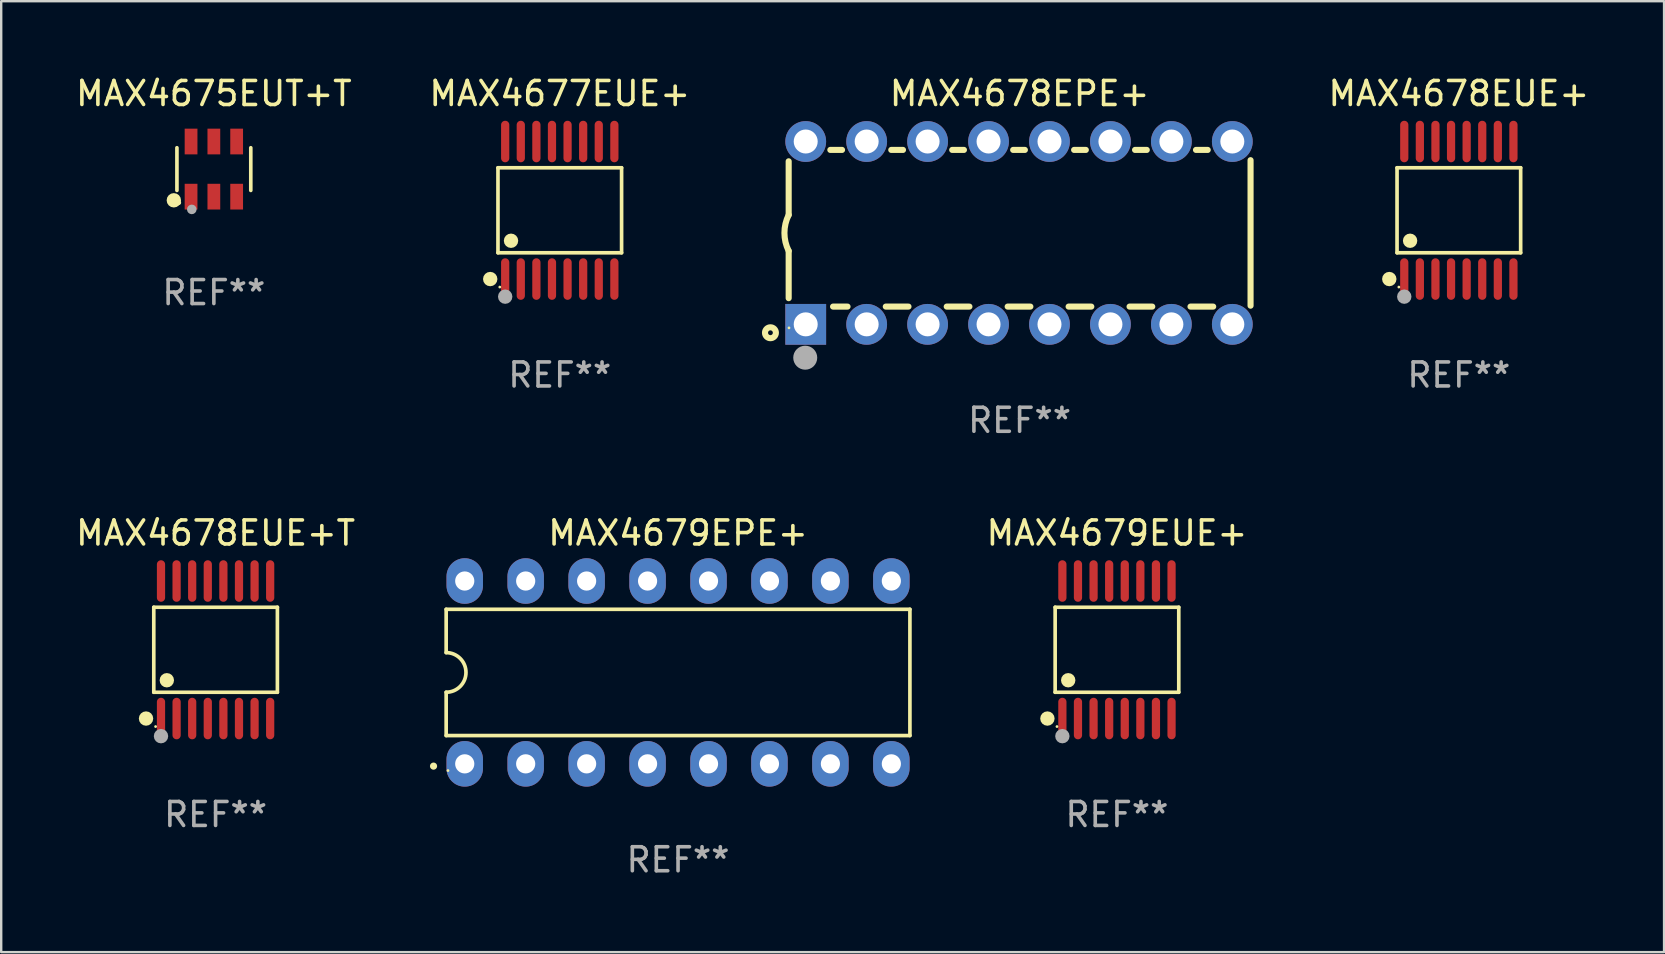
<source format=kicad_pcb>
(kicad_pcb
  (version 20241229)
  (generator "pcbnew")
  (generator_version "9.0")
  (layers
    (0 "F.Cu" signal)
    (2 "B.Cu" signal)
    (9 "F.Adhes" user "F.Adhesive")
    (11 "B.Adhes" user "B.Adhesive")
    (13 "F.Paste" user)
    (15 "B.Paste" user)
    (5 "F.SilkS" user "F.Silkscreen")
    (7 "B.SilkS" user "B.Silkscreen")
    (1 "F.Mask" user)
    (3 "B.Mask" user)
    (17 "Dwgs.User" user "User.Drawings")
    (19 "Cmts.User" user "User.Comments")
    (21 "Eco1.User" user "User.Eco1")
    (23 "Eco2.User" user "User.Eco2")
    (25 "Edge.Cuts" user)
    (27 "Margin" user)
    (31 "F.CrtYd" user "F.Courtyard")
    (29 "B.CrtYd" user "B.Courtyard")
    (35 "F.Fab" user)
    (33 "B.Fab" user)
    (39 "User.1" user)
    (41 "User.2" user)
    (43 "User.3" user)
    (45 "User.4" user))
  (footprint "MAX4679EUE+"
    (layer "F.Cu")
    (at 43.502 24.031)
    (property "Reference" "MAX4679EUE+" (at 0 -4.866 0) (layer "F.SilkS") (effects (font (size 1 1) (thickness 0.15))))
    (attr through_hole)
    (fp_line (start -2.576 -1.772) (end 2.576 -1.772) (stroke (width 0.152) (type solid)) (layer "F.SilkS"))
    (fp_line (start -2.576 1.771) (end -2.576 -1.772) (stroke (width 0.152) (type solid)) (layer "F.SilkS"))
    (fp_line (start 2.576 -1.772) (end 2.576 1.771) (stroke (width 0.152) (type solid)) (layer "F.SilkS"))
    (fp_line (start 2.576 1.771) (end -2.576 1.771) (stroke (width 0.152) (type solid)) (layer "F.SilkS"))
    (fp_circle (center -2.899 2.866) (end -2.749 2.866) (stroke (width 0.3) (type solid)) (fill no) (layer "F.SilkS"))
    (fp_circle (center -2.5 3.2) (end -2.47 3.2) (stroke (width 0.06) (type solid)) (fill no) (layer "F.SilkS"))
    (fp_circle (center -2.032 1.27) (end -1.882 1.27) (stroke (width 0.3) (type solid)) (fill no) (layer "F.SilkS"))
    (fp_circle (center -2.275 3.6) (end -2.125 3.6) (stroke (width 0.3) (type solid)) (fill no) (layer "F.Fab"))
    (fp_text user "REF**" (at 0 6.866 0) (layer "F.Fab") (effects (font (size 1 1) (thickness 0.15))))
    (pad "1" smd oval (at -2.275 2.866) (size 0.343 1.731) (layers "F.Cu" "F.Mask" "F.Paste"))
    (pad "2" smd oval (at -1.625 2.866) (size 0.343 1.731) (layers "F.Cu" "F.Mask" "F.Paste"))
    (pad "3" smd oval (at -0.975 2.866) (size 0.343 1.731) (layers "F.Cu" "F.Mask" "F.Paste"))
    (pad "4" smd oval (at -0.325 2.866) (size 0.343 1.731) (layers "F.Cu" "F.Mask" "F.Paste"))
    (pad "5" smd oval (at 0.325 2.866) (size 0.343 1.731) (layers "F.Cu" "F.Mask" "F.Paste"))
    (pad "6" smd oval (at 0.975 2.866) (size 0.343 1.731) (layers "F.Cu" "F.Mask" "F.Paste"))
    (pad "7" smd oval (at 1.625 2.866) (size 0.343 1.731) (layers "F.Cu" "F.Mask" "F.Paste"))
    (pad "8" smd oval (at 2.275 2.866) (size 0.343 1.731) (layers "F.Cu" "F.Mask" "F.Paste"))
    (pad "9" smd oval (at 2.275 -2.866) (size 0.343 1.731) (layers "F.Cu" "F.Mask" "F.Paste"))
    (pad "10" smd oval (at 1.625 -2.866) (size 0.343 1.731) (layers "F.Cu" "F.Mask" "F.Paste"))
    (pad "11" smd oval (at 0.975 -2.866) (size 0.343 1.731) (layers "F.Cu" "F.Mask" "F.Paste"))
    (pad "12" smd oval (at 0.325 -2.866) (size 0.343 1.731) (layers "F.Cu" "F.Mask" "F.Paste"))
    (pad "13" smd oval (at -0.325 -2.866) (size 0.343 1.731) (layers "F.Cu" "F.Mask" "F.Paste"))
    (pad "14" smd oval (at -0.975 -2.866) (size 0.343 1.731) (layers "F.Cu" "F.Mask" "F.Paste"))
    (pad "15" smd oval (at -1.625 -2.866) (size 0.343 1.731) (layers "F.Cu" "F.Mask" "F.Paste"))
    (pad "16" smd oval (at -2.275 -2.866) (size 0.343 1.731) (layers "F.Cu" "F.Mask" "F.Paste")))
  (footprint "MAX4678EPE+"
    (layer "F.Cu")
    (at 39.445 6.658)
    (property "Reference" "MAX4678EPE+" (at 0 -5.81 0) (layer "F.SilkS") (effects (font (size 1 1) (thickness 0.15))))
    (attr through_hole)
    (fp_line (start -9.625 -0.75) (end -9.625 -2.985) (stroke (width 0.254) (type solid)) (layer "F.SilkS"))
    (fp_line (start -9.625 0.749) (end -9.625 2.719) (stroke (width 0.254) (type solid)) (layer "F.SilkS"))
    (fp_line (start -7.889 -3.46) (end -7.401 -3.46) (stroke (width 0.254) (type solid)) (layer "F.SilkS"))
    (fp_line (start -7.775 3.07) (end -7.172 3.07) (stroke (width 0.254) (type solid)) (layer "F.SilkS"))
    (fp_line (start -5.578 3.07) (end -4.632 3.07) (stroke (width 0.254) (type solid)) (layer "F.SilkS"))
    (fp_line (start -5.349 -3.46) (end -4.861 -3.46) (stroke (width 0.254) (type solid)) (layer "F.SilkS"))
    (fp_line (start -3.038 3.07) (end -2.092 3.07) (stroke (width 0.254) (type solid)) (layer "F.SilkS"))
    (fp_line (start -2.809 -3.46) (end -2.321 -3.46) (stroke (width 0.254) (type solid)) (layer "F.SilkS"))
    (fp_line (start -0.498 3.07) (end 0.448 3.07) (stroke (width 0.254) (type solid)) (layer "F.SilkS"))
    (fp_line (start -0.269 -3.46) (end 0.219 -3.46) (stroke (width 0.254) (type solid)) (layer "F.SilkS"))
    (fp_line (start 2.042 3.07) (end 2.988 3.07) (stroke (width 0.254) (type solid)) (layer "F.SilkS"))
    (fp_line (start 2.271 -3.46) (end 2.759 -3.46) (stroke (width 0.254) (type solid)) (layer "F.SilkS"))
    (fp_line (start 4.582 3.07) (end 5.528 3.07) (stroke (width 0.254) (type solid)) (layer "F.SilkS"))
    (fp_line (start 4.811 -3.46) (end 5.299 -3.46) (stroke (width 0.254) (type solid)) (layer "F.SilkS"))
    (fp_line (start 7.122 3.07) (end 8.068 3.07) (stroke (width 0.254) (type solid)) (layer "F.SilkS"))
    (fp_line (start 7.351 -3.46) (end 7.839 -3.46) (stroke (width 0.254) (type solid)) (layer "F.SilkS"))
    (fp_line (start 9.625 3.032) (end 9.625 -3.032) (stroke (width 0.254) (type solid)) (layer "F.SilkS"))
    (fp_arc (start -9.62498 0.748819) (mid -9.801899 -0.000581) (end -9.625006 -0.749987) (stroke (width 0.254001) (type solid)) (layer "F.SilkS"))
    (fp_circle (center -10.385 4.16) (end -10.285 4.16) (stroke (width 0.254) (type solid)) (fill no) (layer "F.SilkS"))
    (fp_circle (center -9.612 3.957) (end -9.582 3.957) (stroke (width 0.06) (type solid)) (fill no) (layer "F.SilkS"))
    (fp_circle (center -8.935 5.2) (end -8.685 5.2) (stroke (width 0.5) (type solid)) (fill no) (layer "F.Fab"))
    (fp_text user "REF**" (at 0 7.81 0) (layer "F.Fab") (effects (font (size 1 1) (thickness 0.15))))
    (pad "1" thru_hole rect (at -8.915 3.81) (size 1.7 1.7) (drill 1) (layers "*.Cu" "*.Mask"))
    (pad "2" thru_hole circle (at -6.375 3.81) (size 1.7 1.7) (drill 1) (layers "*.Cu" "*.Mask"))
    (pad "3" thru_hole circle (at -3.835 3.81) (size 1.7 1.7) (drill 1) (layers "*.Cu" "*.Mask"))
    (pad "4" thru_hole circle (at -1.295 3.81) (size 1.7 1.7) (drill 1) (layers "*.Cu" "*.Mask"))
    (pad "5" thru_hole circle (at 1.245 3.81) (size 1.7 1.7) (drill 1) (layers "*.Cu" "*.Mask"))
    (pad "6" thru_hole circle (at 3.785 3.81) (size 1.7 1.7) (drill 1) (layers "*.Cu" "*.Mask"))
    (pad "7" thru_hole circle (at 6.325 3.81) (size 1.7 1.7) (drill 1) (layers "*.Cu" "*.Mask"))
    (pad "8" thru_hole circle (at 8.865 3.81) (size 1.7 1.7) (drill 1) (layers "*.Cu" "*.Mask"))
    (pad "9" thru_hole circle (at 8.865 -3.81) (size 1.7 1.7) (drill 1) (layers "*.Cu" "*.Mask"))
    (pad "10" thru_hole circle (at 6.325 -3.81) (size 1.7 1.7) (drill 1) (layers "*.Cu" "*.Mask"))
    (pad "11" thru_hole circle (at 3.785 -3.81) (size 1.7 1.7) (drill 1) (layers "*.Cu" "*.Mask"))
    (pad "12" thru_hole circle (at 1.245 -3.81) (size 1.7 1.7) (drill 1) (layers "*.Cu" "*.Mask"))
    (pad "13" thru_hole circle (at -1.295 -3.81) (size 1.7 1.7) (drill 1) (layers "*.Cu" "*.Mask"))
    (pad "14" thru_hole circle (at -3.835 -3.81) (size 1.7 1.7) (drill 1) (layers "*.Cu" "*.Mask"))
    (pad "15" thru_hole circle (at -6.375 -3.81) (size 1.7 1.7) (drill 1) (layers "*.Cu" "*.Mask"))
    (pad "16" thru_hole circle (at -8.915 -3.81) (size 1.7 1.7) (drill 1) (layers "*.Cu" "*.Mask")))
  (footprint "MAX4675EUT+T"
    (layer "F.Cu")
    (at 5.863 3.997)
    (property "Reference" "MAX4675EUT+T" (at 0 -3.149 0) (layer "F.SilkS") (effects (font (size 1 1) (thickness 0.15))))
    (attr through_hole)
    (fp_line (start -1.539 0.889) (end -1.539 -0.889) (stroke (width 0.152) (type solid)) (layer "F.SilkS"))
    (fp_line (start 1.539 0.889) (end 1.539 -0.889) (stroke (width 0.152) (type solid)) (layer "F.SilkS"))
    (fp_circle (center -1.668 1.301) (end -1.518 1.301) (stroke (width 0.3) (type solid)) (fill no) (layer "F.SilkS"))
    (fp_circle (center -1.463 1.4) (end -1.413 1.4) (stroke (width 0.1) (type solid)) (fill no) (layer "F.SilkS"))
    (fp_circle (center -0.92 1.68) (end -0.82 1.68) (stroke (width 0.2) (type solid)) (fill no) (layer "F.Fab"))
    (fp_text user "REF**" (at 0 5.149 0) (layer "F.Fab") (effects (font (size 1 1) (thickness 0.15))))
    (pad "1" smd rect (at -0.95 1.149) (size 0.532 1.072) (layers "F.Cu" "F.Mask" "F.Paste"))
    (pad "2" smd rect (at 0 1.149) (size 0.532 1.072) (layers "F.Cu" "F.Mask" "F.Paste"))
    (pad "3" smd rect (at 0.95 1.149) (size 0.532 1.072) (layers "F.Cu" "F.Mask" "F.Paste"))
    (pad "4" smd rect (at 0.95 -1.149) (size 0.532 1.072) (layers "F.Cu" "F.Mask" "F.Paste"))
    (pad "5" smd rect (at 0 -1.149) (size 0.532 1.072) (layers "F.Cu" "F.Mask" "F.Paste"))
    (pad "6" smd rect (at -0.95 -1.149) (size 0.532 1.072) (layers "F.Cu" "F.Mask" "F.Paste")))
  (footprint "MAX4677EUE+"
    (layer "F.Cu")
    (at 20.28 5.714)
    (property "Reference" "MAX4677EUE+" (at 0 -4.866 0) (layer "F.SilkS") (effects (font (size 1 1) (thickness 0.15))))
    (attr through_hole)
    (fp_line (start -2.576 -1.772) (end 2.576 -1.772) (stroke (width 0.152) (type solid)) (layer "F.SilkS"))
    (fp_line (start -2.576 1.771) (end -2.576 -1.772) (stroke (width 0.152) (type solid)) (layer "F.SilkS"))
    (fp_line (start 2.576 -1.772) (end 2.576 1.771) (stroke (width 0.152) (type solid)) (layer "F.SilkS"))
    (fp_line (start 2.576 1.771) (end -2.576 1.771) (stroke (width 0.152) (type solid)) (layer "F.SilkS"))
    (fp_circle (center -2.899 2.866) (end -2.749 2.866) (stroke (width 0.3) (type solid)) (fill no) (layer "F.SilkS"))
    (fp_circle (center -2.5 3.2) (end -2.47 3.2) (stroke (width 0.06) (type solid)) (fill no) (layer "F.SilkS"))
    (fp_circle (center -2.032 1.27) (end -1.882 1.27) (stroke (width 0.3) (type solid)) (fill no) (layer "F.SilkS"))
    (fp_circle (center -2.275 3.6) (end -2.125 3.6) (stroke (width 0.3) (type solid)) (fill no) (layer "F.Fab"))
    (fp_text user "REF**" (at 0 6.866 0) (layer "F.Fab") (effects (font (size 1 1) (thickness 0.15))))
    (pad "1" smd oval (at -2.275 2.866) (size 0.343 1.731) (layers "F.Cu" "F.Mask" "F.Paste"))
    (pad "2" smd oval (at -1.625 2.866) (size 0.343 1.731) (layers "F.Cu" "F.Mask" "F.Paste"))
    (pad "3" smd oval (at -0.975 2.866) (size 0.343 1.731) (layers "F.Cu" "F.Mask" "F.Paste"))
    (pad "4" smd oval (at -0.325 2.866) (size 0.343 1.731) (layers "F.Cu" "F.Mask" "F.Paste"))
    (pad "5" smd oval (at 0.325 2.866) (size 0.343 1.731) (layers "F.Cu" "F.Mask" "F.Paste"))
    (pad "6" smd oval (at 0.975 2.866) (size 0.343 1.731) (layers "F.Cu" "F.Mask" "F.Paste"))
    (pad "7" smd oval (at 1.625 2.866) (size 0.343 1.731) (layers "F.Cu" "F.Mask" "F.Paste"))
    (pad "8" smd oval (at 2.275 2.866) (size 0.343 1.731) (layers "F.Cu" "F.Mask" "F.Paste"))
    (pad "9" smd oval (at 2.275 -2.866) (size 0.343 1.731) (layers "F.Cu" "F.Mask" "F.Paste"))
    (pad "10" smd oval (at 1.625 -2.866) (size 0.343 1.731) (layers "F.Cu" "F.Mask" "F.Paste"))
    (pad "11" smd oval (at 0.975 -2.866) (size 0.343 1.731) (layers "F.Cu" "F.Mask" "F.Paste"))
    (pad "12" smd oval (at 0.325 -2.866) (size 0.343 1.731) (layers "F.Cu" "F.Mask" "F.Paste"))
    (pad "13" smd oval (at -0.325 -2.866) (size 0.343 1.731) (layers "F.Cu" "F.Mask" "F.Paste"))
    (pad "14" smd oval (at -0.975 -2.866) (size 0.343 1.731) (layers "F.Cu" "F.Mask" "F.Paste"))
    (pad "15" smd oval (at -1.625 -2.866) (size 0.343 1.731) (layers "F.Cu" "F.Mask" "F.Paste"))
    (pad "16" smd oval (at -2.275 -2.866) (size 0.343 1.731) (layers "F.Cu" "F.Mask" "F.Paste")))
  (footprint "MAX4678EUE+"
    (layer "F.Cu")
    (at 57.751 5.714)
    (property "Reference" "MAX4678EUE+" (at 0 -4.866 0) (layer "F.SilkS") (effects (font (size 1 1) (thickness 0.15))))
    (attr through_hole)
    (fp_line (start -2.576 -1.772) (end 2.576 -1.772) (stroke (width 0.152) (type solid)) (layer "F.SilkS"))
    (fp_line (start -2.576 1.771) (end -2.576 -1.772) (stroke (width 0.152) (type solid)) (layer "F.SilkS"))
    (fp_line (start 2.576 -1.772) (end 2.576 1.771) (stroke (width 0.152) (type solid)) (layer "F.SilkS"))
    (fp_line (start 2.576 1.771) (end -2.576 1.771) (stroke (width 0.152) (type solid)) (layer "F.SilkS"))
    (fp_circle (center -2.899 2.866) (end -2.749 2.866) (stroke (width 0.3) (type solid)) (fill no) (layer "F.SilkS"))
    (fp_circle (center -2.5 3.2) (end -2.47 3.2) (stroke (width 0.06) (type solid)) (fill no) (layer "F.SilkS"))
    (fp_circle (center -2.032 1.27) (end -1.882 1.27) (stroke (width 0.3) (type solid)) (fill no) (layer "F.SilkS"))
    (fp_circle (center -2.275 3.6) (end -2.125 3.6) (stroke (width 0.3) (type solid)) (fill no) (layer "F.Fab"))
    (fp_text user "REF**" (at 0 6.866 0) (layer "F.Fab") (effects (font (size 1 1) (thickness 0.15))))
    (pad "1" smd oval (at -2.275 2.866) (size 0.343 1.731) (layers "F.Cu" "F.Mask" "F.Paste"))
    (pad "2" smd oval (at -1.625 2.866) (size 0.343 1.731) (layers "F.Cu" "F.Mask" "F.Paste"))
    (pad "3" smd oval (at -0.975 2.866) (size 0.343 1.731) (layers "F.Cu" "F.Mask" "F.Paste"))
    (pad "4" smd oval (at -0.325 2.866) (size 0.343 1.731) (layers "F.Cu" "F.Mask" "F.Paste"))
    (pad "5" smd oval (at 0.325 2.866) (size 0.343 1.731) (layers "F.Cu" "F.Mask" "F.Paste"))
    (pad "6" smd oval (at 0.975 2.866) (size 0.343 1.731) (layers "F.Cu" "F.Mask" "F.Paste"))
    (pad "7" smd oval (at 1.625 2.866) (size 0.343 1.731) (layers "F.Cu" "F.Mask" "F.Paste"))
    (pad "8" smd oval (at 2.275 2.866) (size 0.343 1.731) (layers "F.Cu" "F.Mask" "F.Paste"))
    (pad "9" smd oval (at 2.275 -2.866) (size 0.343 1.731) (layers "F.Cu" "F.Mask" "F.Paste"))
    (pad "10" smd oval (at 1.625 -2.866) (size 0.343 1.731) (layers "F.Cu" "F.Mask" "F.Paste"))
    (pad "11" smd oval (at 0.975 -2.866) (size 0.343 1.731) (layers "F.Cu" "F.Mask" "F.Paste"))
    (pad "12" smd oval (at 0.325 -2.866) (size 0.343 1.731) (layers "F.Cu" "F.Mask" "F.Paste"))
    (pad "13" smd oval (at -0.325 -2.866) (size 0.343 1.731) (layers "F.Cu" "F.Mask" "F.Paste"))
    (pad "14" smd oval (at -0.975 -2.866) (size 0.343 1.731) (layers "F.Cu" "F.Mask" "F.Paste"))
    (pad "15" smd oval (at -1.625 -2.866) (size 0.343 1.731) (layers "F.Cu" "F.Mask" "F.Paste"))
    (pad "16" smd oval (at -2.275 -2.866) (size 0.343 1.731) (layers "F.Cu" "F.Mask" "F.Paste")))
  (footprint "MAX4679EPE+"
    (layer "F.Cu")
    (at 25.209 24.975)
    (property "Reference" "MAX4679EPE+" (at 0 -5.81 0) (layer "F.SilkS") (effects (font (size 1 1) (thickness 0.15))))
    (attr through_hole)
    (fp_line (start -9.664 -2.631) (end -9.664 -0.826) (stroke (width 0.152) (type solid)) (layer "F.SilkS"))
    (fp_line (start -9.664 0.826) (end -9.664 2.631) (stroke (width 0.152) (type solid)) (layer "F.SilkS"))
    (fp_line (start -9.664 2.631) (end 9.664 2.631) (stroke (width 0.152) (type solid)) (layer "F.SilkS"))
    (fp_line (start 9.664 -2.631) (end -9.664 -2.631) (stroke (width 0.152) (type solid)) (layer "F.SilkS"))
    (fp_line (start 9.664 2.631) (end 9.664 -2.631) (stroke (width 0.152) (type solid)) (layer "F.SilkS"))
    (fp_arc (start -9.663701 -0.825626) (mid -8.838075 0) (end -9.663701 0.825626) (stroke (width 0.1524) (type solid)) (layer "F.SilkS"))
    (fp_circle (center -10.19 3.905) (end -10.115 3.905) (stroke (width 0.15) (type solid)) (fill no) (layer "F.SilkS"))
    (fp_circle (center -9.588 4.09) (end -9.558 4.09) (stroke (width 0.06) (type solid)) (fill no) (layer "F.SilkS"))
    (fp_text user "REF**" (at 0 7.81 0) (layer "F.Fab") (effects (font (size 1 1) (thickness 0.15))))
    (pad "1" thru_hole oval (at -8.89 3.81) (size 1.52 1.9) (drill 0.8) (layers "*.Cu" "*.Mask"))
    (pad "2" thru_hole oval (at -6.35 3.81) (size 1.52 1.9) (drill 0.8) (layers "*.Cu" "*.Mask"))
    (pad "3" thru_hole oval (at -3.81 3.81) (size 1.52 1.9) (drill 0.8) (layers "*.Cu" "*.Mask"))
    (pad "4" thru_hole oval (at -1.27 3.81) (size 1.52 1.9) (drill 0.8) (layers "*.Cu" "*.Mask"))
    (pad "5" thru_hole oval (at 1.27 3.81) (size 1.52 1.9) (drill 0.8) (layers "*.Cu" "*.Mask"))
    (pad "6" thru_hole oval (at 3.81 3.81) (size 1.52 1.9) (drill 0.8) (layers "*.Cu" "*.Mask"))
    (pad "7" thru_hole oval (at 6.35 3.81) (size 1.52 1.9) (drill 0.8) (layers "*.Cu" "*.Mask"))
    (pad "8" thru_hole oval (at 8.89 3.81) (size 1.52 1.9) (drill 0.8) (layers "*.Cu" "*.Mask"))
    (pad "9" thru_hole oval (at 8.89 -3.81) (size 1.52 1.9) (drill 0.8) (layers "*.Cu" "*.Mask"))
    (pad "10" thru_hole oval (at 6.35 -3.81) (size 1.52 1.9) (drill 0.8) (layers "*.Cu" "*.Mask"))
    (pad "11" thru_hole oval (at 3.81 -3.81) (size 1.52 1.9) (drill 0.8) (layers "*.Cu" "*.Mask"))
    (pad "12" thru_hole oval (at 1.27 -3.81) (size 1.52 1.9) (drill 0.8) (layers "*.Cu" "*.Mask"))
    (pad "13" thru_hole oval (at -1.27 -3.81) (size 1.52 1.9) (drill 0.8) (layers "*.Cu" "*.Mask"))
    (pad "14" thru_hole oval (at -3.81 -3.81) (size 1.52 1.9) (drill 0.8) (layers "*.Cu" "*.Mask"))
    (pad "15" thru_hole oval (at -6.35 -3.81) (size 1.52 1.9) (drill 0.8) (layers "*.Cu" "*.Mask"))
    (pad "16" thru_hole oval (at -8.89 -3.81) (size 1.52 1.9) (drill 0.8) (layers "*.Cu" "*.Mask")))
  (footprint "MAX4678EUE+T"
    (layer "F.Cu")
    (at 5.935 24.031)
    (property "Reference" "MAX4678EUE+T" (at 0 -4.866 0) (layer "F.SilkS") (effects (font (size 1 1) (thickness 0.15))))
    (attr through_hole)
    (fp_line (start -2.576 -1.772) (end 2.576 -1.772) (stroke (width 0.152) (type solid)) (layer "F.SilkS"))
    (fp_line (start -2.576 1.771) (end -2.576 -1.772) (stroke (width 0.152) (type solid)) (layer "F.SilkS"))
    (fp_line (start 2.576 -1.772) (end 2.576 1.771) (stroke (width 0.152) (type solid)) (layer "F.SilkS"))
    (fp_line (start 2.576 1.771) (end -2.576 1.771) (stroke (width 0.152) (type solid)) (layer "F.SilkS"))
    (fp_circle (center -2.899 2.866) (end -2.749 2.866) (stroke (width 0.3) (type solid)) (fill no) (layer "F.SilkS"))
    (fp_circle (center -2.5 3.2) (end -2.47 3.2) (stroke (width 0.06) (type solid)) (fill no) (layer "F.SilkS"))
    (fp_circle (center -2.032 1.27) (end -1.882 1.27) (stroke (width 0.3) (type solid)) (fill no) (layer "F.SilkS"))
    (fp_circle (center -2.275 3.6) (end -2.125 3.6) (stroke (width 0.3) (type solid)) (fill no) (layer "F.Fab"))
    (fp_text user "REF**" (at 0 6.866 0) (layer "F.Fab") (effects (font (size 1 1) (thickness 0.15))))
    (pad "1" smd oval (at -2.275 2.866) (size 0.343 1.731) (layers "F.Cu" "F.Mask" "F.Paste"))
    (pad "2" smd oval (at -1.625 2.866) (size 0.343 1.731) (layers "F.Cu" "F.Mask" "F.Paste"))
    (pad "3" smd oval (at -0.975 2.866) (size 0.343 1.731) (layers "F.Cu" "F.Mask" "F.Paste"))
    (pad "4" smd oval (at -0.325 2.866) (size 0.343 1.731) (layers "F.Cu" "F.Mask" "F.Paste"))
    (pad "5" smd oval (at 0.325 2.866) (size 0.343 1.731) (layers "F.Cu" "F.Mask" "F.Paste"))
    (pad "6" smd oval (at 0.975 2.866) (size 0.343 1.731) (layers "F.Cu" "F.Mask" "F.Paste"))
    (pad "7" smd oval (at 1.625 2.866) (size 0.343 1.731) (layers "F.Cu" "F.Mask" "F.Paste"))
    (pad "8" smd oval (at 2.275 2.866) (size 0.343 1.731) (layers "F.Cu" "F.Mask" "F.Paste"))
    (pad "9" smd oval (at 2.275 -2.866) (size 0.343 1.731) (layers "F.Cu" "F.Mask" "F.Paste"))
    (pad "10" smd oval (at 1.625 -2.866) (size 0.343 1.731) (layers "F.Cu" "F.Mask" "F.Paste"))
    (pad "11" smd oval (at 0.975 -2.866) (size 0.343 1.731) (layers "F.Cu" "F.Mask" "F.Paste"))
    (pad "12" smd oval (at 0.325 -2.866) (size 0.343 1.731) (layers "F.Cu" "F.Mask" "F.Paste"))
    (pad "13" smd oval (at -0.325 -2.866) (size 0.343 1.731) (layers "F.Cu" "F.Mask" "F.Paste"))
    (pad "14" smd oval (at -0.975 -2.866) (size 0.343 1.731) (layers "F.Cu" "F.Mask" "F.Paste"))
    (pad "15" smd oval (at -1.625 -2.866) (size 0.343 1.731) (layers "F.Cu" "F.Mask" "F.Paste"))
    (pad "16" smd oval (at -2.275 -2.866) (size 0.343 1.731) (layers "F.Cu" "F.Mask" "F.Paste")))
  (gr_rect
    (start -3 -3)
    (end 66.304 36.633)
    (stroke (width 0.1) (type default))
    (fill no)
    (layer "Edge.Cuts")))
</source>
